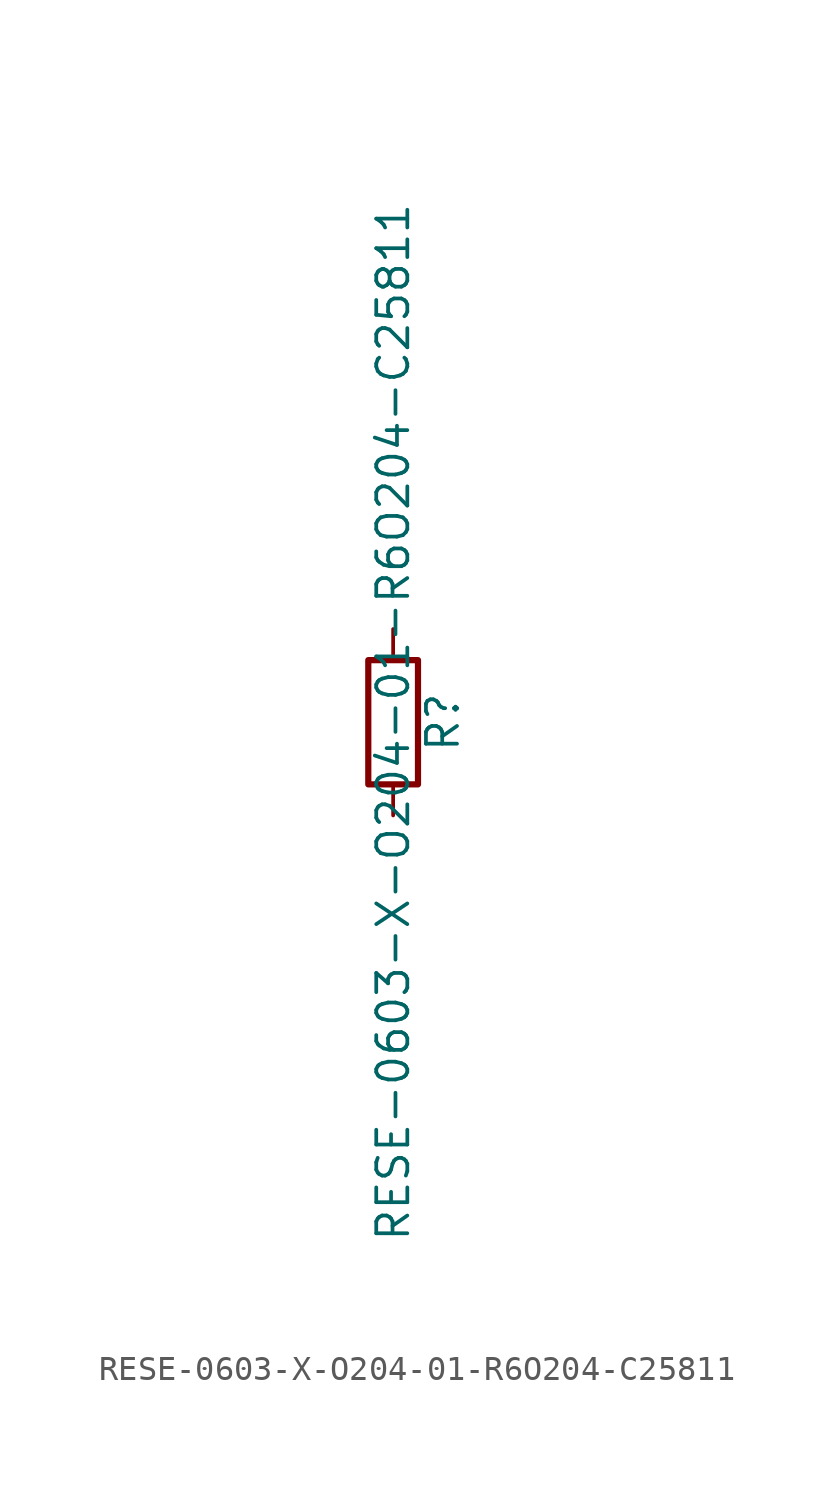
<source format=kicad_sym>
(kicad_symbol_lib
  (version 20211014)
  (generator kicad_symbol_editor)
  (symbol "RESE-0603-X-O204-01-R6O204-C25811"
    (pin_numbers hide)
    (pin_names
      (offset 0))
    (property "Reference" "R"
      (at 2.032 0 90)
      (effects (font (size 1.27 1.27))))
    (property "Value" "RESE-0603-X-O204-01-R6O204-C25811"
      (at 0 0 90)
      (effects (font (size 1.27 1.27))))
    (symbol "RESE-0603-X-O204-01-R6O204-C25811_0_1"
      (rectangle (start -1.016 -2.54) (end 1.016 2.54) (stroke (width 0.254) (type default) (color 0 0 0 0)) (fill (type none))))
    (symbol "RESE-0603-X-O204-01-R6O204-C25811_1_1"
      (pin passive line (at 0 3.81 270) (length 1.27) (name "~" (effects (font (size 1.27 1.27)))) (number "1" (effects (font (size 1.27 1.27)))))
      (pin passive line (at 0 -3.81 90) (length 1.27) (name "~" (effects (font (size 1.27 1.27)))) (number "2" (effects (font (size 1.27 1.27))))))))
</source>
